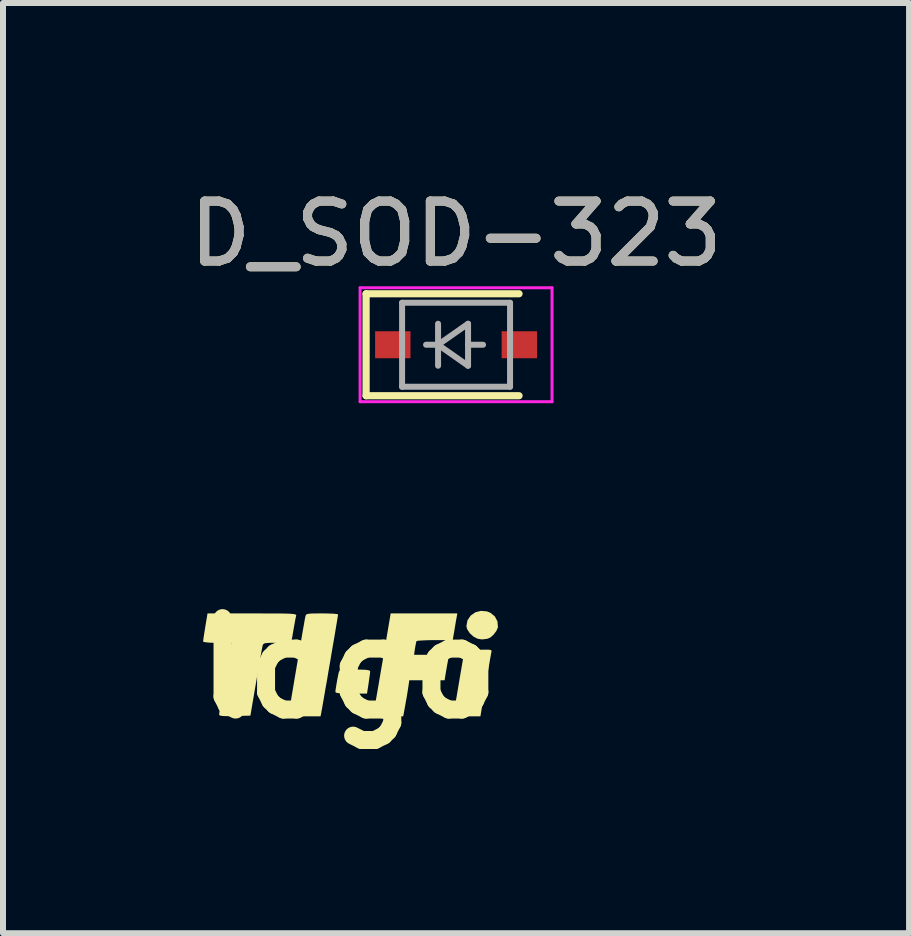
<source format=kicad_pcb>
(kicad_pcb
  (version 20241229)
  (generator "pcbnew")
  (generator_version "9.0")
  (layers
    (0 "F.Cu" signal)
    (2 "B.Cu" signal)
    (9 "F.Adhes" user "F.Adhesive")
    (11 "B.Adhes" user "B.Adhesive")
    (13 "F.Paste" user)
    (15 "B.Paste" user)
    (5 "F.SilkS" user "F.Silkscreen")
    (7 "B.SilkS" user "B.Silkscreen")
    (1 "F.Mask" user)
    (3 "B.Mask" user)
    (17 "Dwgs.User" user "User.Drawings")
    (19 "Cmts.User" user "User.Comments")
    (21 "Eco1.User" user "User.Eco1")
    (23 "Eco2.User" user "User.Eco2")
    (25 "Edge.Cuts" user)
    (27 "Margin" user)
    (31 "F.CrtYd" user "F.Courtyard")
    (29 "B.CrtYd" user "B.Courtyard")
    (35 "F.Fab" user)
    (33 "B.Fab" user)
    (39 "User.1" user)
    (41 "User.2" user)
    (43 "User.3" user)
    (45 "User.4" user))
  (footprint "D_SOD-323"
    (layer "F.Cu")
    (at 4.554 2.698)
    (property "Reference" "D_SOD-323" (at 0 -1.85 0) (layer "F.SilkS") (effects (font (size 1 1) (thickness 0.15))))
    (attr smd)
    (fp_line (start -1.5 -0.85) (end -1.5 0.85) (stroke (width 0.12) (type solid)) (layer "F.SilkS"))
    (fp_line (start -1.5 -0.85) (end 1.05 -0.85) (stroke (width 0.12) (type solid)) (layer "F.SilkS"))
    (fp_line (start -1.5 0.85) (end 1.05 0.85) (stroke (width 0.12) (type solid)) (layer "F.SilkS"))
    (fp_line (start -1.6 -0.95) (end -1.6 0.95) (stroke (width 0.05) (type solid)) (layer "F.CrtYd"))
    (fp_line (start -1.6 -0.95) (end 1.6 -0.95) (stroke (width 0.05) (type solid)) (layer "F.CrtYd"))
    (fp_line (start -1.6 0.95) (end 1.6 0.95) (stroke (width 0.05) (type solid)) (layer "F.CrtYd"))
    (fp_line (start 1.6 -0.95) (end 1.6 0.95) (stroke (width 0.05) (type solid)) (layer "F.CrtYd"))
    (fp_line (start -0.9 -0.7) (end 0.9 -0.7) (stroke (width 0.1) (type solid)) (layer "F.Fab"))
    (fp_line (start -0.9 0.7) (end -0.9 -0.7) (stroke (width 0.1) (type solid)) (layer "F.Fab"))
    (fp_line (start -0.3 -0.35) (end -0.3 0.35) (stroke (width 0.1) (type solid)) (layer "F.Fab"))
    (fp_line (start -0.3 0) (end -0.5 0) (stroke (width 0.1) (type solid)) (layer "F.Fab"))
    (fp_line (start -0.3 0) (end 0.2 -0.35) (stroke (width 0.1) (type solid)) (layer "F.Fab"))
    (fp_line (start 0.2 -0.35) (end 0.2 0.35) (stroke (width 0.1) (type solid)) (layer "F.Fab"))
    (fp_line (start 0.2 0) (end 0.45 0) (stroke (width 0.1) (type solid)) (layer "F.Fab"))
    (fp_line (start 0.2 0.35) (end -0.3 0) (stroke (width 0.1) (type solid)) (layer "F.Fab"))
    (fp_line (start 0.9 -0.7) (end 0.9 0.7) (stroke (width 0.1) (type solid)) (layer "F.Fab"))
    (fp_line (start 0.9 0.7) (end -0.9 0.7) (stroke (width 0.1) (type solid)) (layer "F.Fab"))
    (fp_text user "${REFERENCE}" (at 0 -1.85 0) (layer "F.Fab") (effects (font (size 1 1) (thickness 0.15))))
    (pad "1" smd rect (at -1.055 0) (size 0.59 0.45) (layers "F.Cu" "F.Mask" "F.Paste"))
    (pad "2" smd rect (at 1.055 0) (size 0.59 0.45) (layers "F.Cu" "F.Mask" "F.Paste")))
  (footprint "logo"
    (layer "F.Cu")
    (at 2.765 8.091)
    (property "Reference" "logo" (at 0 0 0) (layer "F.SilkS") (effects (font (size 1.524 1.524) (thickness 0.3))))
    (attr board_only exclude_from_pos_files exclude_from_bom)
    (fp_poly (pts (xy 2.329 -0.309) (xy 2.366 -0.304) (xy 2.38 -0.293) (xy 2.38 -0.276) (xy 2.379 -0.274) (xy 2.373 -0.241) (xy 2.36 -0.171) (xy 2.343 -0.071) (xy 2.321 0.053) (xy 2.297 0.195) (xy 2.282 0.284) (xy 2.195 0.802) (xy 1.739 0.802) (xy 1.751 0.741) (xy 1.758 0.701) (xy 1.772 0.625) (xy 1.79 0.52) (xy 1.812 0.393) (xy 1.836 0.25) (xy 1.846 0.189) (xy 1.93 -0.301) (xy 2.16 -0.307) (xy 2.263 -0.309)) (stroke (width 0) (type solid)) (fill yes) (layer "F.SilkS"))
    (fp_poly (pts (xy 2.305 -0.947) (xy 2.362 -0.924) (xy 2.435 -0.864) (xy 2.479 -0.781) (xy 2.487 -0.688) (xy 2.486 -0.678) (xy 2.46 -0.619) (xy 2.414 -0.559) (xy 2.36 -0.511) (xy 2.31 -0.49) (xy 2.306 -0.49) (xy 2.257 -0.484) (xy 2.247 -0.481) (xy 2.206 -0.481) (xy 2.148 -0.492) (xy 2.146 -0.492) (xy 2.078 -0.528) (xy 2.016 -0.585) (xy 1.973 -0.652) (xy 1.961 -0.702) (xy 1.98 -0.8) (xy 2.033 -0.878) (xy 2.111 -0.932) (xy 2.204 -0.956)) (stroke (width 0) (type solid)) (fill yes) (layer "F.SilkS"))
    (fp_poly (pts (xy 0.22 0.024) (xy 0.298 0.028) (xy 0.342 0.037) (xy 0.357 0.049) (xy 0.357 0.05) (xy 0.354 0.084) (xy 0.345 0.15) (xy 0.333 0.233) (xy 0.331 0.251) (xy 0.304 0.423) (xy 0.041 0.423) (xy -0.077 0.422) (xy -0.156 0.418) (xy -0.202 0.411) (xy -0.221 0.4) (xy -0.223 0.394) (xy -0.219 0.355) (xy -0.208 0.287) (xy -0.195 0.208) (xy -0.18 0.131) (xy -0.168 0.074) (xy -0.164 0.061) (xy -0.154 0.044) (xy -0.132 0.033) (xy -0.088 0.026) (xy -0.016 0.023) (xy 0.093 0.022) (xy 0.102 0.022)) (stroke (width 0) (type solid)) (fill yes) (layer "F.SilkS"))
    (fp_poly (pts (xy -0.342 -0.912) (xy -0.257 -0.909) (xy -0.2 -0.903) (xy -0.178 -0.897) (xy -0.178 -0.897) (xy -0.182 -0.872) (xy -0.192 -0.808) (xy -0.208 -0.713) (xy -0.228 -0.592) (xy -0.252 -0.451) (xy -0.279 -0.296) (xy -0.306 -0.133) (xy -0.335 0.032) (xy -0.362 0.194) (xy -0.389 0.345) (xy -0.412 0.48) (xy -0.432 0.594) (xy -0.447 0.68) (xy -0.457 0.731) (xy -0.458 0.741) (xy -0.471 0.802) (xy -0.737 0.802) (xy -0.855 0.8) (xy -0.942 0.795) (xy -0.992 0.787) (xy -1.003 0.78) (xy -0.999 0.753) (xy -0.989 0.689) (xy -0.973 0.593) (xy -0.953 0.471) (xy -0.929 0.33) (xy -0.903 0.174) (xy -0.875 0.01) (xy -0.847 -0.156) (xy -0.819 -0.317) (xy -0.793 -0.469) (xy -0.77 -0.604) (xy -0.75 -0.717) (xy -0.735 -0.803) (xy -0.725 -0.854) (xy -0.723 -0.863) (xy -0.717 -0.885) (xy -0.703 -0.899) (xy -0.673 -0.907) (xy -0.621 -0.912) (xy -0.539 -0.913) (xy -0.445 -0.914)) (stroke (width 0) (type solid)) (fill yes) (layer "F.SilkS"))
    (fp_poly (pts (xy 1.797 -0.841) (xy 1.786 -0.781) (xy 1.772 -0.696) (xy 1.759 -0.618) (xy 1.733 -0.468) (xy 1.436 -0.468) (xy 1.326 -0.467) (xy 1.233 -0.463) (xy 1.165 -0.459) (xy 1.131 -0.453) (xy 1.129 -0.451) (xy 1.121 -0.421) (xy 1.11 -0.363) (xy 1.104 -0.329) (xy 1.089 -0.223) (xy 1.382 -0.223) (xy 1.501 -0.223) (xy 1.582 -0.221) (xy 1.633 -0.217) (xy 1.659 -0.21) (xy 1.667 -0.197) (xy 1.665 -0.179) (xy 1.663 -0.173) (xy 1.654 -0.126) (xy 1.64 -0.051) (xy 1.625 0.036) (xy 1.624 0.039) (xy 1.598 0.201) (xy 1.009 0.201) (xy 0.995 0.301) (xy 0.984 0.37) (xy 0.969 0.465) (xy 0.95 0.57) (xy 0.945 0.602) (xy 0.908 0.802) (xy 0.653 0.802) (xy 0.543 0.802) (xy 0.471 0.799) (xy 0.429 0.794) (xy 0.41 0.784) (xy 0.408 0.769) (xy 0.409 0.763) (xy 0.416 0.733) (xy 0.428 0.664) (xy 0.447 0.561) (xy 0.47 0.43) (xy 0.497 0.275) (xy 0.526 0.102) (xy 0.558 -0.084) (xy 0.56 -0.095) (xy 0.699 -0.914) (xy 1.81 -0.914)) (stroke (width 0) (type solid)) (fill yes) (layer "F.SilkS"))
    (fp_poly (pts (xy -1.409 -0.913) (xy -1.247 -0.913) (xy -1.121 -0.912) (xy -1.027 -0.91) (xy -0.96 -0.907) (xy -0.916 -0.902) (xy -0.89 -0.896) (xy -0.878 -0.889) (xy -0.876 -0.879) (xy -0.877 -0.875) (xy -0.887 -0.833) (xy -0.9 -0.763) (xy -0.913 -0.691) (xy -0.928 -0.605) (xy -0.941 -0.528) (xy -0.949 -0.485) (xy -0.962 -0.423) (xy -1.193 -0.423) (xy -1.297 -0.423) (xy -1.365 -0.42) (xy -1.405 -0.414) (xy -1.425 -0.401) (xy -1.435 -0.382) (xy -1.437 -0.373) (xy -1.444 -0.338) (xy -1.458 -0.266) (xy -1.476 -0.162) (xy -1.498 -0.035) (xy -1.524 0.111) (xy -1.545 0.234) (xy -1.64 0.791) (xy -1.901 0.797) (xy -2.014 0.799) (xy -2.091 0.798) (xy -2.136 0.792) (xy -2.157 0.783) (xy -2.161 0.771) (xy -2.158 0.743) (xy -2.148 0.677) (xy -2.132 0.582) (xy -2.113 0.466) (xy -2.091 0.335) (xy -2.068 0.196) (xy -2.045 0.058) (xy -2.022 -0.073) (xy -2.002 -0.189) (xy -1.985 -0.283) (xy -1.973 -0.347) (xy -1.97 -0.362) (xy -1.957 -0.423) (xy -2.193 -0.423) (xy -2.307 -0.425) (xy -2.386 -0.432) (xy -2.425 -0.441) (xy -2.429 -0.447) (xy -2.425 -0.477) (xy -2.416 -0.541) (xy -2.402 -0.628) (xy -2.392 -0.692) (xy -2.355 -0.914) (xy -1.61 -0.914)) (stroke (width 0) (type solid)) (fill yes) (layer "F.SilkS")))
  (gr_rect
    (start -3 -3)
    (end 12.107 12.509)
    (stroke (width 0.1) (type default))
    (fill no)
    (layer "Edge.Cuts")))
</source>
